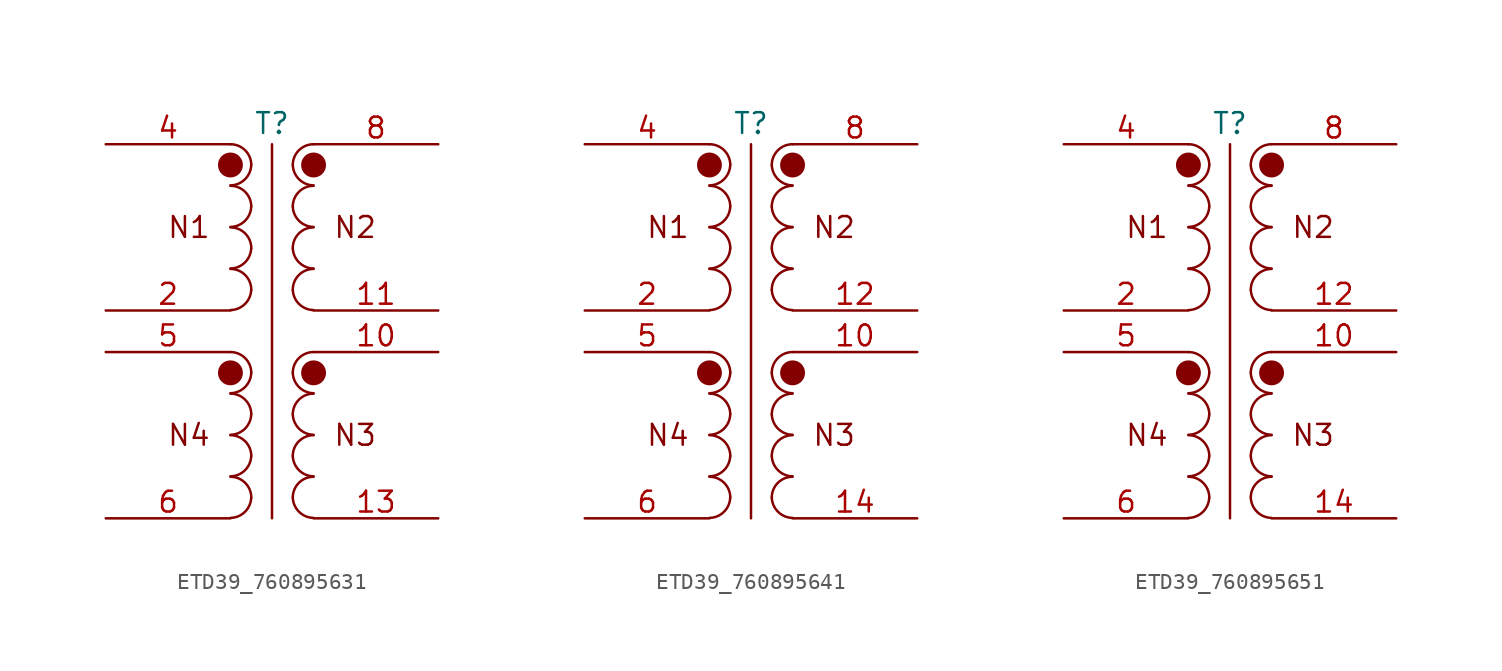
<source format=kicad_sym>
(kicad_symbol_lib
  (version 20220914)
  (generator kicad_symbol_editor)
  (symbol "ETD39_760895631"
    (pin_names hide)
    (property "Reference" "T"
      (at 0 12.7 0)
      (effects (font (size 1.27 1.27))))
    (property "Critical Parameter" ""
      (at 0 -5.08 0)
      (effects (font (size 1.27 1.27)) (justify left)))
    (symbol "ETD39_760895631_0_1"
      (arc (start -2.54 -11.4046) (mid -1.6561 -11.0363) (end -1.27 -10.16) (stroke (width 0) (type default)) (fill (type none)))
      (arc (start -2.54 -8.8646) (mid -1.6561 -8.4963) (end -1.27 -7.62) (stroke (width 0) (type default)) (fill (type none)))
      (arc (start -2.54 -6.3246) (mid -1.6561 -5.9563) (end -1.27 -5.08) (stroke (width 0) (type default)) (fill (type none)))
      (arc (start -2.54 -3.7846) (mid -1.6561 -3.4163) (end -1.27 -2.54) (stroke (width 0) (type default)) (fill (type none)))
      (arc (start -2.54 1.2954) (mid -1.6561 1.6637) (end -1.27 2.54) (stroke (width 0) (type default)) (fill (type none)))
      (arc (start -2.54 3.8354) (mid -1.6561 4.2037) (end -1.27 5.08) (stroke (width 0) (type default)) (fill (type none)))
      (arc (start -2.54 6.3754) (mid -1.6561 6.7437) (end -1.27 7.62) (stroke (width 0) (type default)) (fill (type none)))
      (arc (start -2.54 8.9154) (mid -1.6561 9.2837) (end -1.27 10.16) (stroke (width 0) (type default)) (fill (type none)))
      (arc (start -1.27 -10.16) (mid -1.642 -9.262) (end -2.54 -8.89) (stroke (width 0) (type default)) (fill (type none)))
      (arc (start -1.27 -7.62) (mid -1.642 -6.722) (end -2.54 -6.35) (stroke (width 0) (type default)) (fill (type none)))
      (arc (start -1.27 -5.08) (mid -1.642 -4.182) (end -2.54 -3.81) (stroke (width 0) (type default)) (fill (type none)))
      (arc (start -1.27 -2.54) (mid -1.642 -1.642) (end -2.54 -1.27) (stroke (width 0) (type default)) (fill (type none)))
      (arc (start -1.27 2.54) (mid -1.642 3.438) (end -2.54 3.81) (stroke (width 0) (type default)) (fill (type none)))
      (arc (start -1.27 5.08) (mid -1.642 5.978) (end -2.54 6.35) (stroke (width 0) (type default)) (fill (type none)))
      (arc (start -1.27 7.62) (mid -1.642 8.518) (end -2.54 8.89) (stroke (width 0) (type default)) (fill (type none)))
      (arc (start -1.27 10.16) (mid -1.642 11.058) (end -2.54 11.43) (stroke (width 0) (type default)) (fill (type none)))
      (polyline (pts (xy 0 -11.43) (xy 0 11.43)) (stroke (width 0) (type default)) (fill (type none)))
      (arc (start 1.27 -10.16) (mid 1.6561 -11.0363) (end 2.54 -11.4046) (stroke (width 0) (type default)) (fill (type none)))
      (arc (start 1.27 -7.62) (mid 1.6561 -8.4963) (end 2.54 -8.8646) (stroke (width 0) (type default)) (fill (type none)))
      (arc (start 1.27 -5.08) (mid 1.6561 -5.9563) (end 2.54 -6.3246) (stroke (width 0) (type default)) (fill (type none)))
      (arc (start 1.27 -2.54) (mid 1.6561 -3.4163) (end 2.54 -3.7846) (stroke (width 0) (type default)) (fill (type none)))
      (arc (start 1.27 2.54) (mid 1.6561 1.6637) (end 2.54 1.2954) (stroke (width 0) (type default)) (fill (type none)))
      (arc (start 1.27 5.08) (mid 1.6561 4.2037) (end 2.54 3.8354) (stroke (width 0) (type default)) (fill (type none)))
      (arc (start 1.27 7.62) (mid 1.6561 6.7437) (end 2.54 6.3754) (stroke (width 0) (type default)) (fill (type none)))
      (arc (start 1.27 10.16) (mid 1.6561 9.2837) (end 2.54 8.9154) (stroke (width 0) (type default)) (fill (type none)))
      (arc (start 2.54 -8.89) (mid 1.642 -9.262) (end 1.27 -10.16) (stroke (width 0) (type default)) (fill (type none)))
      (arc (start 2.54 -6.35) (mid 1.642 -6.722) (end 1.27 -7.62) (stroke (width 0) (type default)) (fill (type none)))
      (arc (start 2.54 -3.81) (mid 1.642 -4.182) (end 1.27 -5.08) (stroke (width 0) (type default)) (fill (type none)))
      (arc (start 2.54 -1.27) (mid 1.642 -1.642) (end 1.27 -2.54) (stroke (width 0) (type default)) (fill (type none)))
      (arc (start 2.54 3.81) (mid 1.642 3.438) (end 1.27 2.54) (stroke (width 0) (type default)) (fill (type none)))
      (arc (start 2.54 6.35) (mid 1.642 5.978) (end 1.27 5.08) (stroke (width 0) (type default)) (fill (type none)))
      (arc (start 2.54 8.89) (mid 1.642 8.518) (end 1.27 7.62) (stroke (width 0) (type default)) (fill (type none)))
      (arc (start 2.54 11.43) (mid 1.642 11.058) (end 1.27 10.16) (stroke (width 0) (type default)) (fill (type none))))
    (symbol "ETD39_760895631_1_1"
      (circle (center -2.54 -2.54) (radius 0.0001) (stroke (width 0.762) (type default)) (fill (type none)))
      (circle (center -2.54 10.16) (radius 0.0001) (stroke (width 0.762) (type default)) (fill (type none)))
      (circle (center 2.54 -2.54) (radius 0.0001) (stroke (width 0.762) (type default)) (fill (type none)))
      (circle (center 2.54 10.16) (radius 0.0001) (stroke (width 0.762) (type default)) (fill (type none)))
      (text "N1" (at -5.08 6.35 0) (effects (font (size 1.27 1.27))))
      (text "N2" (at 5.08 6.35 0) (effects (font (size 1.27 1.27))))
      (text "N3" (at 5.08 -6.35 0) (effects (font (size 1.27 1.27))))
      (text "N4" (at -5.08 -6.35 0) (effects (font (size 1.27 1.27))))
      (pin passive line (at 10.16 -1.27 180) (length 7.62) (name "10" (effects (font (size 1.27 1.27)))) (number "10" (effects (font (size 1.27 1.27)))))
      (pin passive line (at 10.16 -1.27 180) (length 7.62) hide (name "11" (effects (font (size 1.27 1.27)))) (number "11" (effects (font (size 1.27 1.27)))))
      (pin passive line (at 10.16 1.27 180) (length 7.62) (name "11" (effects (font (size 1.27 1.27)))) (number "11" (effects (font (size 1.27 1.27)))))
      (pin passive line (at 10.16 1.27 180) (length 7.62) hide (name "12" (effects (font (size 1.27 1.27)))) (number "12" (effects (font (size 1.27 1.27)))))
      (pin passive line (at 10.16 -11.43 180) (length 7.62) (name "13" (effects (font (size 1.27 1.27)))) (number "13" (effects (font (size 1.27 1.27)))))
      (pin passive line (at 10.16 -11.43 180) (length 7.62) hide (name "14" (effects (font (size 1.27 1.27)))) (number "14" (effects (font (size 1.27 1.27)))))
      (pin passive line (at -10.16 1.27 0) (length 7.62) (name "2" (effects (font (size 1.27 1.27)))) (number "2" (effects (font (size 1.27 1.27)))))
      (pin passive line (at -10.16 11.43 0) (length 7.62) (name "4" (effects (font (size 1.27 1.27)))) (number "4" (effects (font (size 1.27 1.27)))))
      (pin passive line (at -10.16 -1.27 0) (length 7.62) (name "5" (effects (font (size 1.27 1.27)))) (number "5" (effects (font (size 1.27 1.27)))))
      (pin passive line (at -10.16 -11.43 0) (length 7.62) (name "6" (effects (font (size 1.27 1.27)))) (number "6" (effects (font (size 1.27 1.27)))))
      (pin passive line (at 10.16 11.43 180) (length 7.62) (name "8" (effects (font (size 1.27 1.27)))) (number "8" (effects (font (size 1.27 1.27)))))
      (pin passive line (at 10.16 11.43 180) (length 7.62) hide (name "9" (effects (font (size 1.27 1.27)))) (number "9" (effects (font (size 1.27 1.27)))))))
  (symbol "ETD39_760895641"
    (pin_names hide)
    (property "Reference" "T"
      (at 0 12.7 0)
      (effects (font (size 1.27 1.27))))
    (property "Critical Parameter" ""
      (at 0 -5.08 0)
      (effects (font (size 1.27 1.27)) (justify left)))
    (symbol "ETD39_760895641_0_1"
      (arc (start -2.54 -11.4046) (mid -1.6561 -11.0363) (end -1.27 -10.16) (stroke (width 0) (type default)) (fill (type none)))
      (arc (start -2.54 -8.8646) (mid -1.6561 -8.4963) (end -1.27 -7.62) (stroke (width 0) (type default)) (fill (type none)))
      (arc (start -2.54 -6.3246) (mid -1.6561 -5.9563) (end -1.27 -5.08) (stroke (width 0) (type default)) (fill (type none)))
      (arc (start -2.54 -3.7846) (mid -1.6561 -3.4163) (end -1.27 -2.54) (stroke (width 0) (type default)) (fill (type none)))
      (arc (start -2.54 1.2954) (mid -1.6561 1.6637) (end -1.27 2.54) (stroke (width 0) (type default)) (fill (type none)))
      (arc (start -2.54 3.8354) (mid -1.6561 4.2037) (end -1.27 5.08) (stroke (width 0) (type default)) (fill (type none)))
      (arc (start -2.54 6.3754) (mid -1.6561 6.7437) (end -1.27 7.62) (stroke (width 0) (type default)) (fill (type none)))
      (arc (start -2.54 8.9154) (mid -1.6561 9.2837) (end -1.27 10.16) (stroke (width 0) (type default)) (fill (type none)))
      (arc (start -1.27 -10.16) (mid -1.642 -9.262) (end -2.54 -8.89) (stroke (width 0) (type default)) (fill (type none)))
      (arc (start -1.27 -7.62) (mid -1.642 -6.722) (end -2.54 -6.35) (stroke (width 0) (type default)) (fill (type none)))
      (arc (start -1.27 -5.08) (mid -1.642 -4.182) (end -2.54 -3.81) (stroke (width 0) (type default)) (fill (type none)))
      (arc (start -1.27 -2.54) (mid -1.642 -1.642) (end -2.54 -1.27) (stroke (width 0) (type default)) (fill (type none)))
      (arc (start -1.27 2.54) (mid -1.642 3.438) (end -2.54 3.81) (stroke (width 0) (type default)) (fill (type none)))
      (arc (start -1.27 5.08) (mid -1.642 5.978) (end -2.54 6.35) (stroke (width 0) (type default)) (fill (type none)))
      (arc (start -1.27 7.62) (mid -1.642 8.518) (end -2.54 8.89) (stroke (width 0) (type default)) (fill (type none)))
      (arc (start -1.27 10.16) (mid -1.642 11.058) (end -2.54 11.43) (stroke (width 0) (type default)) (fill (type none)))
      (polyline (pts (xy 0 -11.43) (xy 0 11.43)) (stroke (width 0) (type default)) (fill (type none)))
      (arc (start 1.27 -10.16) (mid 1.6561 -11.0363) (end 2.54 -11.4046) (stroke (width 0) (type default)) (fill (type none)))
      (arc (start 1.27 -7.62) (mid 1.6561 -8.4963) (end 2.54 -8.8646) (stroke (width 0) (type default)) (fill (type none)))
      (arc (start 1.27 -5.08) (mid 1.6561 -5.9563) (end 2.54 -6.3246) (stroke (width 0) (type default)) (fill (type none)))
      (arc (start 1.27 -2.54) (mid 1.6561 -3.4163) (end 2.54 -3.7846) (stroke (width 0) (type default)) (fill (type none)))
      (arc (start 1.27 2.54) (mid 1.6561 1.6637) (end 2.54 1.2954) (stroke (width 0) (type default)) (fill (type none)))
      (arc (start 1.27 5.08) (mid 1.6561 4.2037) (end 2.54 3.8354) (stroke (width 0) (type default)) (fill (type none)))
      (arc (start 1.27 7.62) (mid 1.6561 6.7437) (end 2.54 6.3754) (stroke (width 0) (type default)) (fill (type none)))
      (arc (start 1.27 10.16) (mid 1.6561 9.2837) (end 2.54 8.9154) (stroke (width 0) (type default)) (fill (type none)))
      (arc (start 2.54 -8.89) (mid 1.642 -9.262) (end 1.27 -10.16) (stroke (width 0) (type default)) (fill (type none)))
      (arc (start 2.54 -6.35) (mid 1.642 -6.722) (end 1.27 -7.62) (stroke (width 0) (type default)) (fill (type none)))
      (arc (start 2.54 -3.81) (mid 1.642 -4.182) (end 1.27 -5.08) (stroke (width 0) (type default)) (fill (type none)))
      (arc (start 2.54 -1.27) (mid 1.642 -1.642) (end 1.27 -2.54) (stroke (width 0) (type default)) (fill (type none)))
      (arc (start 2.54 3.81) (mid 1.642 3.438) (end 1.27 2.54) (stroke (width 0) (type default)) (fill (type none)))
      (arc (start 2.54 6.35) (mid 1.642 5.978) (end 1.27 5.08) (stroke (width 0) (type default)) (fill (type none)))
      (arc (start 2.54 8.89) (mid 1.642 8.518) (end 1.27 7.62) (stroke (width 0) (type default)) (fill (type none)))
      (arc (start 2.54 11.43) (mid 1.642 11.058) (end 1.27 10.16) (stroke (width 0) (type default)) (fill (type none))))
    (symbol "ETD39_760895641_1_1"
      (circle (center -2.54 -2.54) (radius 0.0001) (stroke (width 0.762) (type default)) (fill (type none)))
      (circle (center -2.54 10.16) (radius 0.0001) (stroke (width 0.762) (type default)) (fill (type none)))
      (circle (center 2.54 -2.54) (radius 0.0001) (stroke (width 0.762) (type default)) (fill (type none)))
      (circle (center 2.54 10.16) (radius 0.0001) (stroke (width 0.762) (type default)) (fill (type none)))
      (text "N1" (at -5.08 6.35 0) (effects (font (size 1.27 1.27))))
      (text "N2" (at 5.08 6.35 0) (effects (font (size 1.27 1.27))))
      (text "N3" (at 5.08 -6.35 0) (effects (font (size 1.27 1.27))))
      (text "N4" (at -5.08 -6.35 0) (effects (font (size 1.27 1.27))))
      (pin passive line (at 10.16 -1.27 180) (length 7.62) (name "10" (effects (font (size 1.27 1.27)))) (number "10" (effects (font (size 1.27 1.27)))))
      (pin passive line (at 10.16 1.27 180) (length 7.62) (name "12" (effects (font (size 1.27 1.27)))) (number "12" (effects (font (size 1.27 1.27)))))
      (pin passive line (at 10.16 -11.43 180) (length 7.62) (name "14" (effects (font (size 1.27 1.27)))) (number "14" (effects (font (size 1.27 1.27)))))
      (pin passive line (at -10.16 1.27 0) (length 7.62) (name "2" (effects (font (size 1.27 1.27)))) (number "2" (effects (font (size 1.27 1.27)))))
      (pin passive line (at -10.16 11.43 0) (length 7.62) (name "4" (effects (font (size 1.27 1.27)))) (number "4" (effects (font (size 1.27 1.27)))))
      (pin passive line (at -10.16 -1.27 0) (length 7.62) (name "5" (effects (font (size 1.27 1.27)))) (number "5" (effects (font (size 1.27 1.27)))))
      (pin passive line (at -10.16 -11.43 0) (length 7.62) (name "6" (effects (font (size 1.27 1.27)))) (number "6" (effects (font (size 1.27 1.27)))))
      (pin passive line (at 10.16 11.43 180) (length 7.62) (name "8" (effects (font (size 1.27 1.27)))) (number "8" (effects (font (size 1.27 1.27)))))))
  (symbol "ETD39_760895651"
    (pin_names hide)
    (property "Reference" "T"
      (at 0 12.7 0)
      (effects (font (size 1.27 1.27))))
    (property "Critical Parameter" ""
      (at 0 -5.08 0)
      (effects (font (size 1.27 1.27)) (justify left)))
    (symbol "ETD39_760895651_0_1"
      (arc (start -2.54 -11.4046) (mid -1.6561 -11.0363) (end -1.27 -10.16) (stroke (width 0) (type default)) (fill (type none)))
      (arc (start -2.54 -8.8646) (mid -1.6561 -8.4963) (end -1.27 -7.62) (stroke (width 0) (type default)) (fill (type none)))
      (arc (start -2.54 -6.3246) (mid -1.6561 -5.9563) (end -1.27 -5.08) (stroke (width 0) (type default)) (fill (type none)))
      (arc (start -2.54 -3.7846) (mid -1.6561 -3.4163) (end -1.27 -2.54) (stroke (width 0) (type default)) (fill (type none)))
      (arc (start -2.54 1.2954) (mid -1.6561 1.6637) (end -1.27 2.54) (stroke (width 0) (type default)) (fill (type none)))
      (arc (start -2.54 3.8354) (mid -1.6561 4.2037) (end -1.27 5.08) (stroke (width 0) (type default)) (fill (type none)))
      (arc (start -2.54 6.3754) (mid -1.6561 6.7437) (end -1.27 7.62) (stroke (width 0) (type default)) (fill (type none)))
      (arc (start -2.54 8.9154) (mid -1.6561 9.2837) (end -1.27 10.16) (stroke (width 0) (type default)) (fill (type none)))
      (arc (start -1.27 -10.16) (mid -1.642 -9.262) (end -2.54 -8.89) (stroke (width 0) (type default)) (fill (type none)))
      (arc (start -1.27 -7.62) (mid -1.642 -6.722) (end -2.54 -6.35) (stroke (width 0) (type default)) (fill (type none)))
      (arc (start -1.27 -5.08) (mid -1.642 -4.182) (end -2.54 -3.81) (stroke (width 0) (type default)) (fill (type none)))
      (arc (start -1.27 -2.54) (mid -1.642 -1.642) (end -2.54 -1.27) (stroke (width 0) (type default)) (fill (type none)))
      (arc (start -1.27 2.54) (mid -1.642 3.438) (end -2.54 3.81) (stroke (width 0) (type default)) (fill (type none)))
      (arc (start -1.27 5.08) (mid -1.642 5.978) (end -2.54 6.35) (stroke (width 0) (type default)) (fill (type none)))
      (arc (start -1.27 7.62) (mid -1.642 8.518) (end -2.54 8.89) (stroke (width 0) (type default)) (fill (type none)))
      (arc (start -1.27 10.16) (mid -1.642 11.058) (end -2.54 11.43) (stroke (width 0) (type default)) (fill (type none)))
      (polyline (pts (xy 0 -11.43) (xy 0 11.43)) (stroke (width 0) (type default)) (fill (type none)))
      (arc (start 1.27 -10.16) (mid 1.6561 -11.0363) (end 2.54 -11.4046) (stroke (width 0) (type default)) (fill (type none)))
      (arc (start 1.27 -7.62) (mid 1.6561 -8.4963) (end 2.54 -8.8646) (stroke (width 0) (type default)) (fill (type none)))
      (arc (start 1.27 -5.08) (mid 1.6561 -5.9563) (end 2.54 -6.3246) (stroke (width 0) (type default)) (fill (type none)))
      (arc (start 1.27 -2.54) (mid 1.6561 -3.4163) (end 2.54 -3.7846) (stroke (width 0) (type default)) (fill (type none)))
      (arc (start 1.27 2.54) (mid 1.6561 1.6637) (end 2.54 1.2954) (stroke (width 0) (type default)) (fill (type none)))
      (arc (start 1.27 5.08) (mid 1.6561 4.2037) (end 2.54 3.8354) (stroke (width 0) (type default)) (fill (type none)))
      (arc (start 1.27 7.62) (mid 1.6561 6.7437) (end 2.54 6.3754) (stroke (width 0) (type default)) (fill (type none)))
      (arc (start 1.27 10.16) (mid 1.6561 9.2837) (end 2.54 8.9154) (stroke (width 0) (type default)) (fill (type none)))
      (arc (start 2.54 -8.89) (mid 1.642 -9.262) (end 1.27 -10.16) (stroke (width 0) (type default)) (fill (type none)))
      (arc (start 2.54 -6.35) (mid 1.642 -6.722) (end 1.27 -7.62) (stroke (width 0) (type default)) (fill (type none)))
      (arc (start 2.54 -3.81) (mid 1.642 -4.182) (end 1.27 -5.08) (stroke (width 0) (type default)) (fill (type none)))
      (arc (start 2.54 -1.27) (mid 1.642 -1.642) (end 1.27 -2.54) (stroke (width 0) (type default)) (fill (type none)))
      (arc (start 2.54 3.81) (mid 1.642 3.438) (end 1.27 2.54) (stroke (width 0) (type default)) (fill (type none)))
      (arc (start 2.54 6.35) (mid 1.642 5.978) (end 1.27 5.08) (stroke (width 0) (type default)) (fill (type none)))
      (arc (start 2.54 8.89) (mid 1.642 8.518) (end 1.27 7.62) (stroke (width 0) (type default)) (fill (type none)))
      (arc (start 2.54 11.43) (mid 1.642 11.058) (end 1.27 10.16) (stroke (width 0) (type default)) (fill (type none))))
    (symbol "ETD39_760895651_1_1"
      (circle (center -2.54 -2.54) (radius 0.0001) (stroke (width 0.762) (type default)) (fill (type none)))
      (circle (center -2.54 10.16) (radius 0.0001) (stroke (width 0.762) (type default)) (fill (type none)))
      (circle (center 2.54 -2.54) (radius 0.0001) (stroke (width 0.762) (type default)) (fill (type none)))
      (circle (center 2.54 10.16) (radius 0.0001) (stroke (width 0.762) (type default)) (fill (type none)))
      (text "N1" (at -5.08 6.35 0) (effects (font (size 1.27 1.27))))
      (text "N2" (at 5.08 6.35 0) (effects (font (size 1.27 1.27))))
      (text "N3" (at 5.08 -6.35 0) (effects (font (size 1.27 1.27))))
      (text "N4" (at -5.08 -6.35 0) (effects (font (size 1.27 1.27))))
      (pin passive line (at 10.16 -1.27 180) (length 7.62) (name "10" (effects (font (size 1.27 1.27)))) (number "10" (effects (font (size 1.27 1.27)))))
      (pin passive line (at 10.16 1.27 180) (length 7.62) (name "12" (effects (font (size 1.27 1.27)))) (number "12" (effects (font (size 1.27 1.27)))))
      (pin passive line (at 10.16 -11.43 180) (length 7.62) (name "14" (effects (font (size 1.27 1.27)))) (number "14" (effects (font (size 1.27 1.27)))))
      (pin passive line (at -10.16 1.27 0) (length 7.62) (name "2" (effects (font (size 1.27 1.27)))) (number "2" (effects (font (size 1.27 1.27)))))
      (pin passive line (at -10.16 11.43 0) (length 7.62) (name "4" (effects (font (size 1.27 1.27)))) (number "4" (effects (font (size 1.27 1.27)))))
      (pin passive line (at -10.16 -1.27 0) (length 7.62) (name "5" (effects (font (size 1.27 1.27)))) (number "5" (effects (font (size 1.27 1.27)))))
      (pin passive line (at -10.16 -11.43 0) (length 7.62) (name "6" (effects (font (size 1.27 1.27)))) (number "6" (effects (font (size 1.27 1.27)))))
      (pin passive line (at 10.16 11.43 180) (length 7.62) (name "8" (effects (font (size 1.27 1.27)))) (number "8" (effects (font (size 1.27 1.27))))))))
</source>
